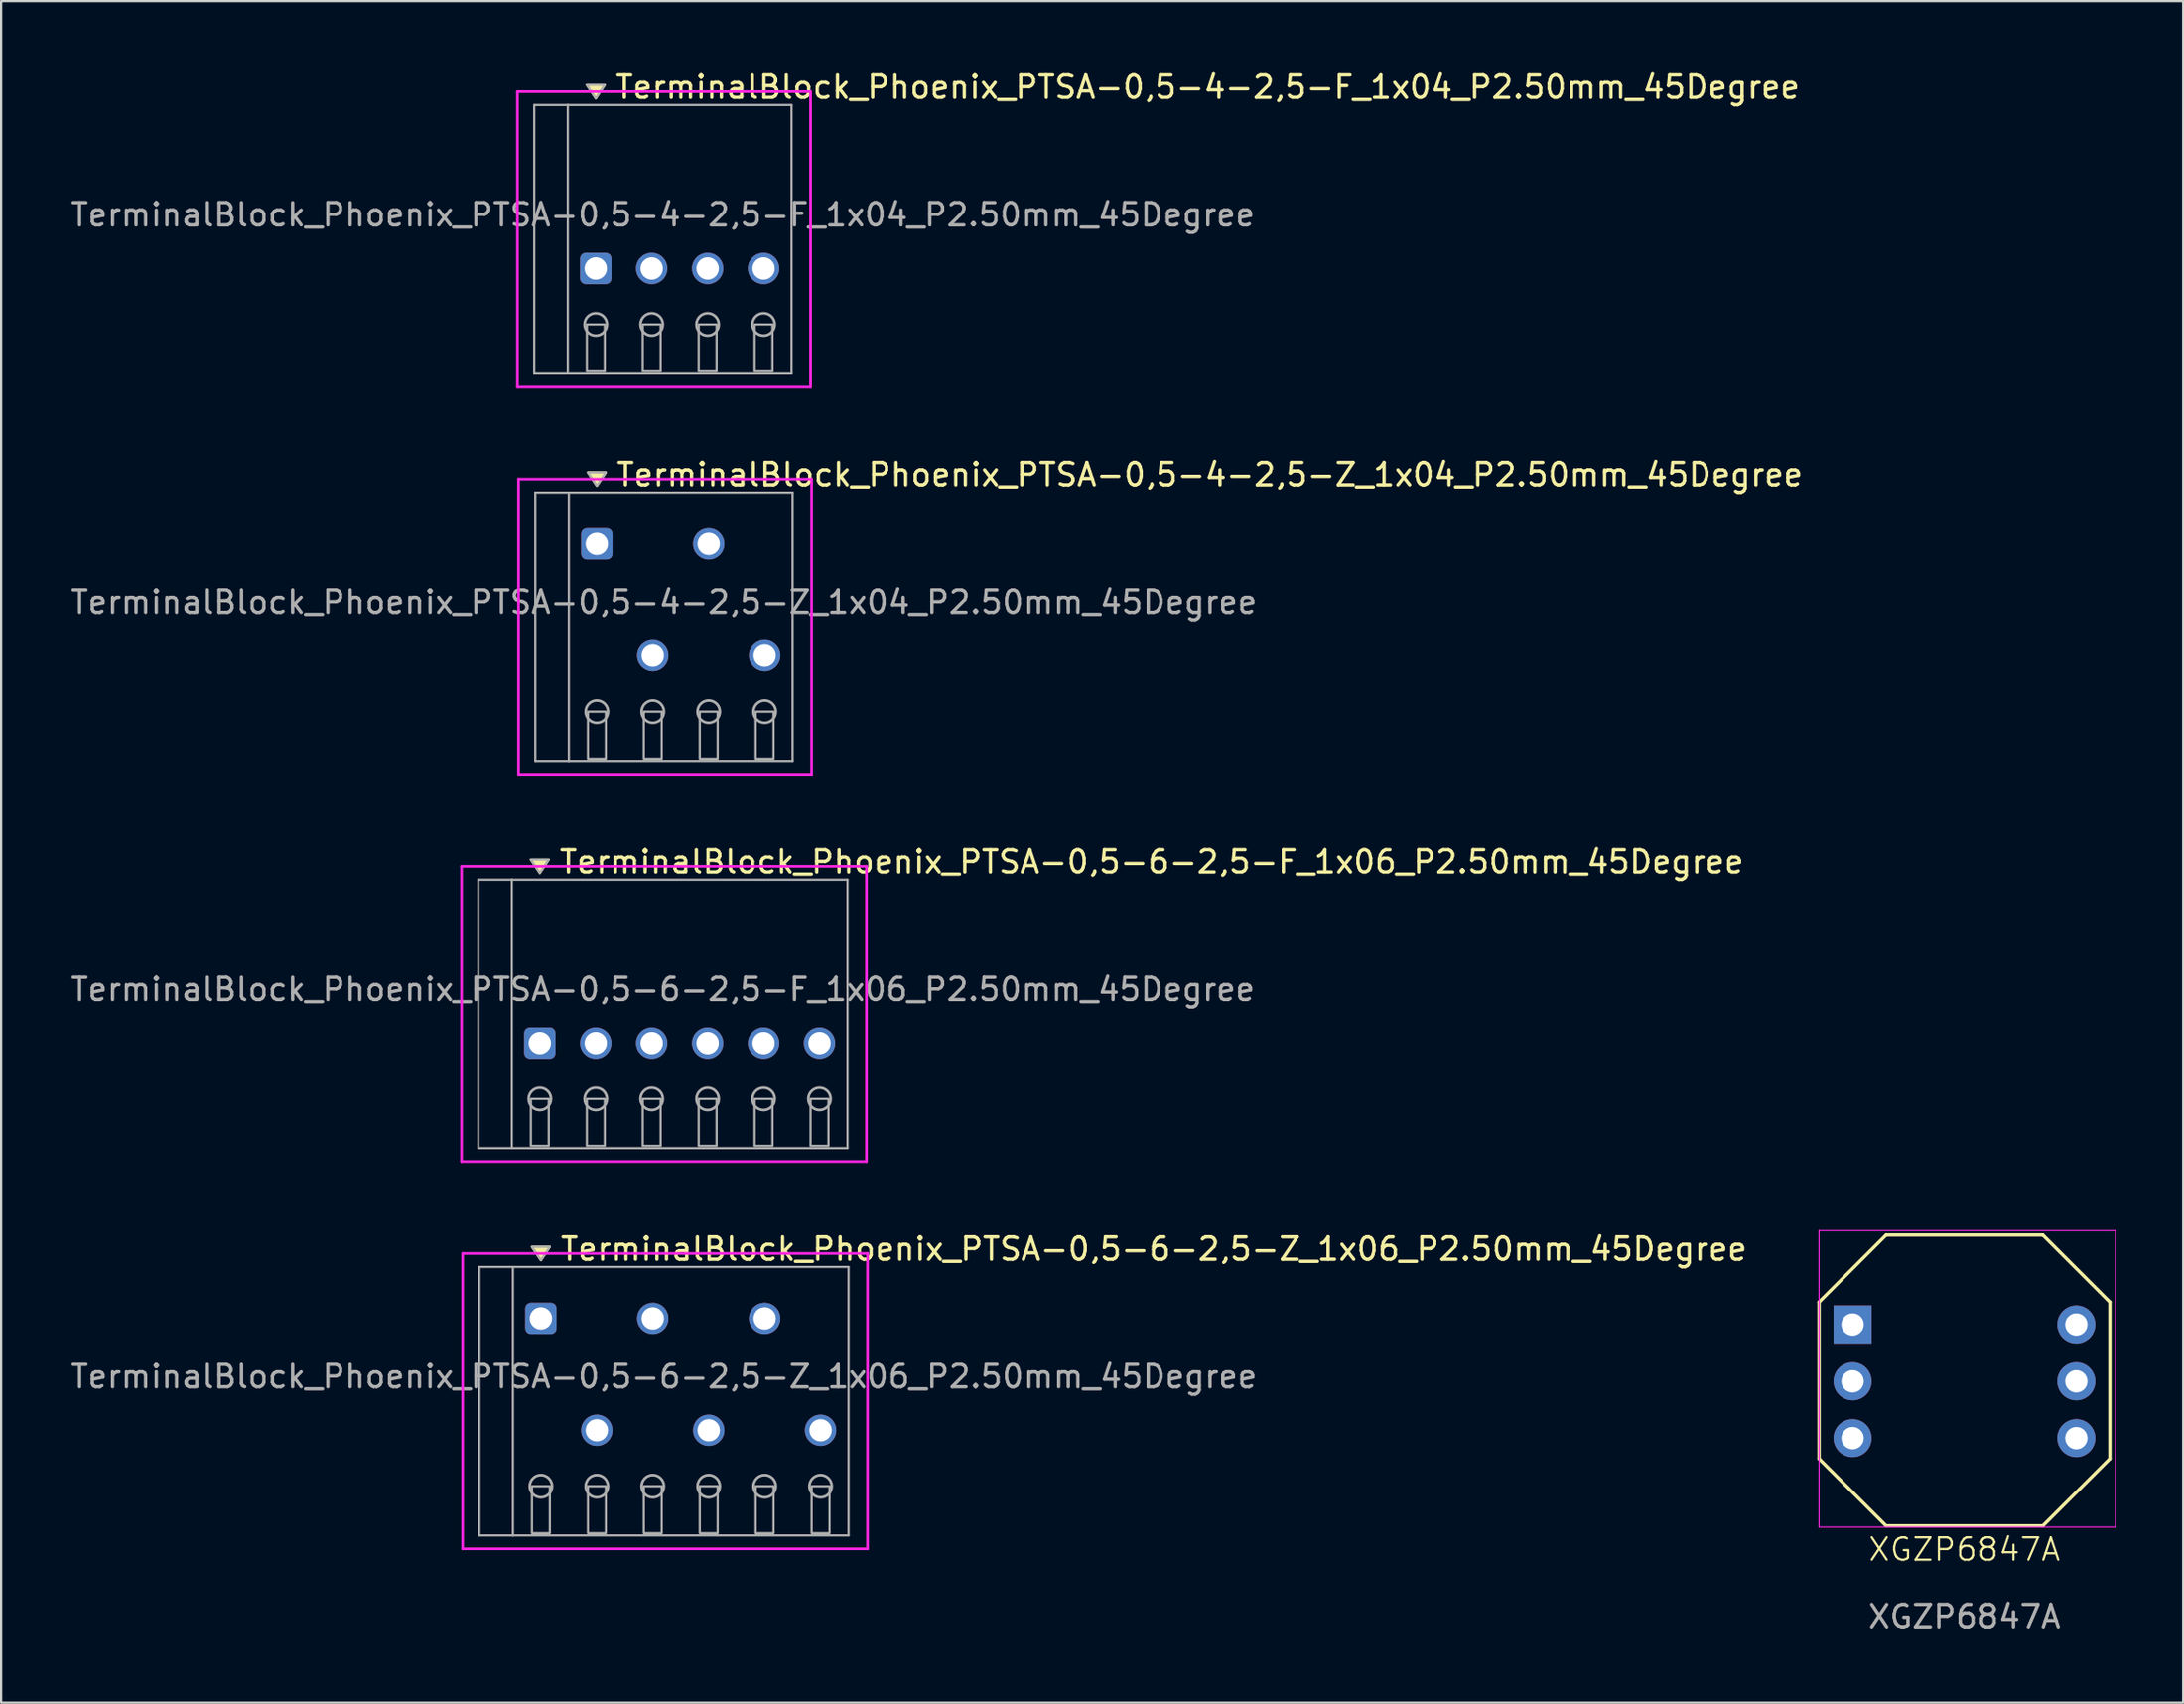
<source format=kicad_pcb>
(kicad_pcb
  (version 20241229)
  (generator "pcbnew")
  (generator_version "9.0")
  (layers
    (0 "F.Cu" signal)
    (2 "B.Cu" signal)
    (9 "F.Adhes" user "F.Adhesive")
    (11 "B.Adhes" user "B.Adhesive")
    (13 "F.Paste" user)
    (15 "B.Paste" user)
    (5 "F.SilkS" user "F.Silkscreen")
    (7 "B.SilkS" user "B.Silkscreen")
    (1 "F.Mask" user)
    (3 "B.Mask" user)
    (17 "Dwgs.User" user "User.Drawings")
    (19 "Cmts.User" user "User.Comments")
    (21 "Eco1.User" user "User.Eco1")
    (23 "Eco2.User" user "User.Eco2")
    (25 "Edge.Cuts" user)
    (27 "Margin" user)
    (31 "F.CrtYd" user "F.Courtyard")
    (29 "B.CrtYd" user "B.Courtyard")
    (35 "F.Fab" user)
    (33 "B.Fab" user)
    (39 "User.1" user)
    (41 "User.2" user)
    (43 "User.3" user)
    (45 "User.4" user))
  (footprint "TerminalBlock_Phoenix_PTSA-0,5-4-2,5-F_1x04_P2.50mm_45Degree"
    (layer "F.Cu")
    (at 23.577 8.948)
    (property "Reference" "TerminalBlock_Phoenix_PTSA-0,5-4-2,5-F_1x04_P2.50mm_45Degree" (at 0.8 -8.1 0) (layer "F.SilkS") (effects (font (size 1 1) (thickness 0.15)) (justify left)))
    (attr through_hole)
    (fp_poly (pts (xy 0 -7.6) (xy -0.4 -8.2) (xy 0.4 -8.2)) (stroke (width 0.1) (type solid)) (fill yes) (layer "F.SilkS"))
    (fp_line (start -3.5 -7.9) (end 9.6 -7.9) (stroke (width 0.12) (type solid)) (layer "F.CrtYd"))
    (fp_line (start -3.5 5.3) (end -3.5 -7.9) (stroke (width 0.12) (type solid)) (layer "F.CrtYd"))
    (fp_line (start 9.6 -7.9) (end 9.6 5.3) (stroke (width 0.12) (type solid)) (layer "F.CrtYd"))
    (fp_line (start 9.6 5.3) (end -3.5 5.3) (stroke (width 0.12) (type solid)) (layer "F.CrtYd"))
    (fp_line (start -2.75 -7.3) (end -1.25 -7.3) (stroke (width 0.1) (type solid)) (layer "F.Fab"))
    (fp_line (start -2.75 4.7) (end -2.75 -7.3) (stroke (width 0.1) (type solid)) (layer "F.Fab"))
    (fp_line (start -1.25 -7.3) (end -1.25 4.7) (stroke (width 0.1) (type solid)) (layer "F.Fab"))
    (fp_line (start -1.25 4.7) (end -2.75 4.7) (stroke (width 0.1) (type solid)) (layer "F.Fab"))
    (fp_line (start -1.25 4.7) (end 8.75 4.7) (stroke (width 0.1) (type solid)) (layer "F.Fab"))
    (fp_line (start 8.75 -7.3) (end -1.25 -7.3) (stroke (width 0.1) (type solid)) (layer "F.Fab"))
    (fp_line (start 8.75 4.7) (end 8.75 -7.3) (stroke (width 0.1) (type solid)) (layer "F.Fab"))
    (fp_circle (center 0 2.5) (end -0.5 2.5) (stroke (width 0.12) (type solid)) (fill no) (layer "F.Fab"))
    (fp_circle (center 2.5 2.5) (end 2 2.5) (stroke (width 0.12) (type solid)) (fill no) (layer "F.Fab"))
    (fp_circle (center 5 2.5) (end 4.5 2.5) (stroke (width 0.12) (type solid)) (fill no) (layer "F.Fab"))
    (fp_circle (center 7.5 2.5) (end 7 2.5) (stroke (width 0.12) (type solid)) (fill no) (layer "F.Fab"))
    (fp_poly (pts (xy 0 -7.6) (xy -0.4 -8.2) (xy 0.4 -8.2)) (stroke (width 0.1) (type solid)) (fill no) (layer "F.Fab"))
    (fp_poly (pts (xy -0.4 2.5) (xy -0.4 4.6) (xy 0.4 4.6) (xy 0.4 2.5)) (stroke (width 0.1) (type solid)) (fill no) (layer "F.Fab"))
    (fp_poly (pts (xy 2.1 2.5) (xy 2.1 4.6) (xy 2.9 4.6) (xy 2.9 2.5)) (stroke (width 0.1) (type solid)) (fill no) (layer "F.Fab"))
    (fp_poly (pts (xy 4.6 2.5) (xy 4.6 4.6) (xy 5.4 4.6) (xy 5.4 2.5)) (stroke (width 0.1) (type solid)) (fill no) (layer "F.Fab"))
    (fp_poly (pts (xy 7.1 2.5) (xy 7.1 4.6) (xy 7.9 4.6) (xy 7.9 2.5)) (stroke (width 0.1) (type solid)) (fill no) (layer "F.Fab"))
    (fp_text user "${REFERENCE}" (at 3 -2.4 0) (layer "F.Fab") (effects (font (size 1 1) (thickness 0.15))))
    (pad "1" thru_hole roundrect (at 0 0) (size 1.4 1.4) (drill 1) (layers "*.Cu" "*.Mask") (roundrect_rratio 0.179))
    (pad "2" thru_hole oval (at 2.5 0) (size 1.4 1.4) (drill 1) (layers "*.Cu" "*.Mask"))
    (pad "3" thru_hole oval (at 5 0) (size 1.4 1.4) (drill 1) (layers "*.Cu" "*.Mask"))
    (pad "4" thru_hole oval (at 7.5 0) (size 1.4 1.4) (drill 1) (layers "*.Cu" "*.Mask")))
  (footprint "TerminalBlock_Phoenix_PTSA-0,5-6-2,5-F_1x06_P2.50mm_45Degree"
    (layer "F.Cu")
    (at 21.077 43.565)
    (property "Reference" "TerminalBlock_Phoenix_PTSA-0,5-6-2,5-F_1x06_P2.50mm_45Degree" (at 0.8 -8.1 0) (layer "F.SilkS") (effects (font (size 1 1) (thickness 0.15)) (justify left)))
    (attr through_hole)
    (fp_poly (pts (xy 0 -7.6) (xy -0.4 -8.2) (xy 0.4 -8.2)) (stroke (width 0.1) (type solid)) (fill yes) (layer "F.SilkS"))
    (fp_line (start -3.5 -7.9) (end 14.6 -7.9) (stroke (width 0.12) (type solid)) (layer "F.CrtYd"))
    (fp_line (start -3.5 5.3) (end -3.5 -7.9) (stroke (width 0.12) (type solid)) (layer "F.CrtYd"))
    (fp_line (start 14.6 -7.9) (end 14.6 5.3) (stroke (width 0.12) (type solid)) (layer "F.CrtYd"))
    (fp_line (start 14.6 5.3) (end -3.5 5.3) (stroke (width 0.12) (type solid)) (layer "F.CrtYd"))
    (fp_line (start -2.75 -7.3) (end -1.25 -7.3) (stroke (width 0.1) (type solid)) (layer "F.Fab"))
    (fp_line (start -2.75 4.7) (end -2.75 -7.3) (stroke (width 0.1) (type solid)) (layer "F.Fab"))
    (fp_line (start -1.25 -7.3) (end -1.25 4.7) (stroke (width 0.1) (type solid)) (layer "F.Fab"))
    (fp_line (start -1.25 4.7) (end -2.75 4.7) (stroke (width 0.1) (type solid)) (layer "F.Fab"))
    (fp_line (start -1.25 4.7) (end 13.75 4.7) (stroke (width 0.1) (type solid)) (layer "F.Fab"))
    (fp_line (start 13.75 -7.3) (end -1.25 -7.3) (stroke (width 0.1) (type solid)) (layer "F.Fab"))
    (fp_line (start 13.75 4.7) (end 13.75 -7.3) (stroke (width 0.1) (type solid)) (layer "F.Fab"))
    (fp_circle (center 0 2.5) (end -0.5 2.5) (stroke (width 0.12) (type solid)) (fill no) (layer "F.Fab"))
    (fp_circle (center 2.5 2.5) (end 2 2.5) (stroke (width 0.12) (type solid)) (fill no) (layer "F.Fab"))
    (fp_circle (center 5 2.5) (end 4.5 2.5) (stroke (width 0.12) (type solid)) (fill no) (layer "F.Fab"))
    (fp_circle (center 7.5 2.5) (end 7 2.5) (stroke (width 0.12) (type solid)) (fill no) (layer "F.Fab"))
    (fp_circle (center 10 2.5) (end 9.5 2.5) (stroke (width 0.12) (type solid)) (fill no) (layer "F.Fab"))
    (fp_circle (center 12.5 2.5) (end 12 2.5) (stroke (width 0.12) (type solid)) (fill no) (layer "F.Fab"))
    (fp_poly (pts (xy 0 -7.6) (xy -0.4 -8.2) (xy 0.4 -8.2)) (stroke (width 0.1) (type solid)) (fill no) (layer "F.Fab"))
    (fp_poly (pts (xy -0.4 2.5) (xy -0.4 4.6) (xy 0.4 4.6) (xy 0.4 2.5)) (stroke (width 0.1) (type solid)) (fill no) (layer "F.Fab"))
    (fp_poly (pts (xy 2.1 2.5) (xy 2.1 4.6) (xy 2.9 4.6) (xy 2.9 2.5)) (stroke (width 0.1) (type solid)) (fill no) (layer "F.Fab"))
    (fp_poly (pts (xy 4.6 2.5) (xy 4.6 4.6) (xy 5.4 4.6) (xy 5.4 2.5)) (stroke (width 0.1) (type solid)) (fill no) (layer "F.Fab"))
    (fp_poly (pts (xy 7.1 2.5) (xy 7.1 4.6) (xy 7.9 4.6) (xy 7.9 2.5)) (stroke (width 0.1) (type solid)) (fill no) (layer "F.Fab"))
    (fp_poly (pts (xy 9.6 2.5) (xy 9.6 4.6) (xy 10.4 4.6) (xy 10.4 2.5)) (stroke (width 0.1) (type solid)) (fill no) (layer "F.Fab"))
    (fp_poly (pts (xy 12.1 2.5) (xy 12.1 4.6) (xy 12.9 4.6) (xy 12.9 2.5)) (stroke (width 0.1) (type solid)) (fill no) (layer "F.Fab"))
    (fp_text user "${REFERENCE}" (at 5.5 -2.4 0) (layer "F.Fab") (effects (font (size 1 1) (thickness 0.15))))
    (pad "1" thru_hole roundrect (at 0 0) (size 1.4 1.4) (drill 1) (layers "*.Cu" "*.Mask") (roundrect_rratio 0.179))
    (pad "2" thru_hole oval (at 2.5 0) (size 1.4 1.4) (drill 1) (layers "*.Cu" "*.Mask"))
    (pad "3" thru_hole oval (at 5 0) (size 1.4 1.4) (drill 1) (layers "*.Cu" "*.Mask"))
    (pad "4" thru_hole oval (at 7.5 0) (size 1.4 1.4) (drill 1) (layers "*.Cu" "*.Mask"))
    (pad "5" thru_hole oval (at 10 0) (size 1.4 1.4) (drill 1) (layers "*.Cu" "*.Mask"))
    (pad "6" thru_hole oval (at 12.5 0) (size 1.4 1.4) (drill 1) (layers "*.Cu" "*.Mask")))
  (footprint "TerminalBlock_Phoenix_PTSA-0,5-4-2,5-Z_1x04_P2.50mm_45Degree"
    (layer "F.Cu")
    (at 23.625 26.256)
    (property "Reference" "TerminalBlock_Phoenix_PTSA-0,5-4-2,5-Z_1x04_P2.50mm_45Degree" (at 0.8 -8.1 0) (layer "F.SilkS") (effects (font (size 1 1) (thickness 0.15)) (justify left)))
    (attr through_hole)
    (fp_poly (pts (xy 0 -7.6) (xy -0.4 -8.2) (xy 0.4 -8.2)) (stroke (width 0.1) (type solid)) (fill yes) (layer "F.SilkS"))
    (fp_line (start -3.5 -7.9) (end 9.6 -7.9) (stroke (width 0.12) (type solid)) (layer "F.CrtYd"))
    (fp_line (start -3.5 5.3) (end -3.5 -7.9) (stroke (width 0.12) (type solid)) (layer "F.CrtYd"))
    (fp_line (start 9.6 -7.9) (end 9.6 5.3) (stroke (width 0.12) (type solid)) (layer "F.CrtYd"))
    (fp_line (start 9.6 5.3) (end -3.5 5.3) (stroke (width 0.12) (type solid)) (layer "F.CrtYd"))
    (fp_line (start -2.75 -7.3) (end -1.25 -7.3) (stroke (width 0.1) (type solid)) (layer "F.Fab"))
    (fp_line (start -2.75 4.7) (end -2.75 -7.3) (stroke (width 0.1) (type solid)) (layer "F.Fab"))
    (fp_line (start -1.25 -7.3) (end -1.25 4.7) (stroke (width 0.1) (type solid)) (layer "F.Fab"))
    (fp_line (start -1.25 4.7) (end -2.75 4.7) (stroke (width 0.1) (type solid)) (layer "F.Fab"))
    (fp_line (start -1.25 4.7) (end 8.75 4.7) (stroke (width 0.1) (type solid)) (layer "F.Fab"))
    (fp_line (start 8.75 -7.3) (end -1.25 -7.3) (stroke (width 0.1) (type solid)) (layer "F.Fab"))
    (fp_line (start 8.75 4.7) (end 8.75 -7.3) (stroke (width 0.1) (type solid)) (layer "F.Fab"))
    (fp_circle (center 0 2.5) (end -0.5 2.5) (stroke (width 0.12) (type solid)) (fill no) (layer "F.Fab"))
    (fp_circle (center 2.5 2.5) (end 2 2.5) (stroke (width 0.12) (type solid)) (fill no) (layer "F.Fab"))
    (fp_circle (center 5 2.5) (end 4.5 2.5) (stroke (width 0.12) (type solid)) (fill no) (layer "F.Fab"))
    (fp_circle (center 7.5 2.5) (end 7 2.5) (stroke (width 0.12) (type solid)) (fill no) (layer "F.Fab"))
    (fp_poly (pts (xy 0 -7.6) (xy -0.4 -8.2) (xy 0.4 -8.2)) (stroke (width 0.1) (type solid)) (fill no) (layer "F.Fab"))
    (fp_poly (pts (xy -0.4 2.5) (xy -0.4 4.6) (xy 0.4 4.6) (xy 0.4 2.5)) (stroke (width 0.1) (type solid)) (fill no) (layer "F.Fab"))
    (fp_poly (pts (xy 2.1 2.5) (xy 2.1 4.6) (xy 2.9 4.6) (xy 2.9 2.5)) (stroke (width 0.1) (type solid)) (fill no) (layer "F.Fab"))
    (fp_poly (pts (xy 4.6 2.5) (xy 4.6 4.6) (xy 5.4 4.6) (xy 5.4 2.5)) (stroke (width 0.1) (type solid)) (fill no) (layer "F.Fab"))
    (fp_poly (pts (xy 7.1 2.5) (xy 7.1 4.6) (xy 7.9 4.6) (xy 7.9 2.5)) (stroke (width 0.1) (type solid)) (fill no) (layer "F.Fab"))
    (fp_text user "${REFERENCE}" (at 3 -2.4 0) (layer "F.Fab") (effects (font (size 1 1) (thickness 0.15))))
    (pad "1" thru_hole roundrect (at 0 -5) (size 1.4 1.4) (drill 1) (layers "*.Cu" "*.Mask") (roundrect_rratio 0.179))
    (pad "2" thru_hole oval (at 2.5 0) (size 1.4 1.4) (drill 1) (layers "*.Cu" "*.Mask"))
    (pad "3" thru_hole oval (at 5 -5) (size 1.4 1.4) (drill 1) (layers "*.Cu" "*.Mask"))
    (pad "4" thru_hole oval (at 7.5 0) (size 1.4 1.4) (drill 1) (layers "*.Cu" "*.Mask")))
  (footprint "TerminalBlock_Phoenix_PTSA-0,5-6-2,5-Z_1x06_P2.50mm_45Degree"
    (layer "F.Cu")
    (at 21.125 60.873)
    (property "Reference" "TerminalBlock_Phoenix_PTSA-0,5-6-2,5-Z_1x06_P2.50mm_45Degree" (at 0.8 -8.1 0) (layer "F.SilkS") (effects (font (size 1 1) (thickness 0.15)) (justify left)))
    (attr through_hole)
    (fp_poly (pts (xy 0 -7.6) (xy -0.4 -8.2) (xy 0.4 -8.2)) (stroke (width 0.1) (type solid)) (fill yes) (layer "F.SilkS"))
    (fp_line (start -3.5 -7.9) (end 14.6 -7.9) (stroke (width 0.12) (type solid)) (layer "F.CrtYd"))
    (fp_line (start -3.5 5.3) (end -3.5 -7.9) (stroke (width 0.12) (type solid)) (layer "F.CrtYd"))
    (fp_line (start 14.6 -7.9) (end 14.6 5.3) (stroke (width 0.12) (type solid)) (layer "F.CrtYd"))
    (fp_line (start 14.6 5.3) (end -3.5 5.3) (stroke (width 0.12) (type solid)) (layer "F.CrtYd"))
    (fp_line (start -2.75 -7.3) (end -1.25 -7.3) (stroke (width 0.1) (type solid)) (layer "F.Fab"))
    (fp_line (start -2.75 4.7) (end -2.75 -7.3) (stroke (width 0.1) (type solid)) (layer "F.Fab"))
    (fp_line (start -1.25 -7.3) (end -1.25 4.7) (stroke (width 0.1) (type solid)) (layer "F.Fab"))
    (fp_line (start -1.25 4.7) (end -2.75 4.7) (stroke (width 0.1) (type solid)) (layer "F.Fab"))
    (fp_line (start -1.25 4.7) (end 13.75 4.7) (stroke (width 0.1) (type solid)) (layer "F.Fab"))
    (fp_line (start 13.75 -7.3) (end -1.25 -7.3) (stroke (width 0.1) (type solid)) (layer "F.Fab"))
    (fp_line (start 13.75 4.7) (end 13.75 -7.3) (stroke (width 0.1) (type solid)) (layer "F.Fab"))
    (fp_circle (center 0 2.5) (end -0.5 2.5) (stroke (width 0.12) (type solid)) (fill no) (layer "F.Fab"))
    (fp_circle (center 2.5 2.5) (end 2 2.5) (stroke (width 0.12) (type solid)) (fill no) (layer "F.Fab"))
    (fp_circle (center 5 2.5) (end 4.5 2.5) (stroke (width 0.12) (type solid)) (fill no) (layer "F.Fab"))
    (fp_circle (center 7.5 2.5) (end 7 2.5) (stroke (width 0.12) (type solid)) (fill no) (layer "F.Fab"))
    (fp_circle (center 10 2.5) (end 9.5 2.5) (stroke (width 0.12) (type solid)) (fill no) (layer "F.Fab"))
    (fp_circle (center 12.5 2.5) (end 12 2.5) (stroke (width 0.12) (type solid)) (fill no) (layer "F.Fab"))
    (fp_poly (pts (xy 0 -7.6) (xy -0.4 -8.2) (xy 0.4 -8.2)) (stroke (width 0.1) (type solid)) (fill no) (layer "F.Fab"))
    (fp_poly (pts (xy -0.4 2.5) (xy -0.4 4.6) (xy 0.4 4.6) (xy 0.4 2.5)) (stroke (width 0.1) (type solid)) (fill no) (layer "F.Fab"))
    (fp_poly (pts (xy 2.1 2.5) (xy 2.1 4.6) (xy 2.9 4.6) (xy 2.9 2.5)) (stroke (width 0.1) (type solid)) (fill no) (layer "F.Fab"))
    (fp_poly (pts (xy 4.6 2.5) (xy 4.6 4.6) (xy 5.4 4.6) (xy 5.4 2.5)) (stroke (width 0.1) (type solid)) (fill no) (layer "F.Fab"))
    (fp_poly (pts (xy 7.1 2.5) (xy 7.1 4.6) (xy 7.9 4.6) (xy 7.9 2.5)) (stroke (width 0.1) (type solid)) (fill no) (layer "F.Fab"))
    (fp_poly (pts (xy 9.6 2.5) (xy 9.6 4.6) (xy 10.4 4.6) (xy 10.4 2.5)) (stroke (width 0.1) (type solid)) (fill no) (layer "F.Fab"))
    (fp_poly (pts (xy 12.1 2.5) (xy 12.1 4.6) (xy 12.9 4.6) (xy 12.9 2.5)) (stroke (width 0.1) (type solid)) (fill no) (layer "F.Fab"))
    (fp_text user "${REFERENCE}" (at 5.5 -2.4 0) (layer "F.Fab") (effects (font (size 1 1) (thickness 0.15))))
    (pad "1" thru_hole roundrect (at 0 -5) (size 1.4 1.4) (drill 1) (layers "*.Cu" "*.Mask") (roundrect_rratio 0.179))
    (pad "2" thru_hole oval (at 2.5 0) (size 1.4 1.4) (drill 1) (layers "*.Cu" "*.Mask"))
    (pad "3" thru_hole oval (at 5 -5) (size 1.4 1.4) (drill 1) (layers "*.Cu" "*.Mask"))
    (pad "4" thru_hole oval (at 7.5 0) (size 1.4 1.4) (drill 1) (layers "*.Cu" "*.Mask"))
    (pad "5" thru_hole oval (at 10 -5) (size 1.4 1.4) (drill 1) (layers "*.Cu" "*.Mask"))
    (pad "6" thru_hole oval (at 12.5 0) (size 1.4 1.4) (drill 1) (layers "*.Cu" "*.Mask")))
  (footprint "XGZP6847A"
    (layer "F.Cu")
    (at 84.75 66.7)
    (property "Reference" "XGZP6847A" (at 0 -0.5 0) (unlocked yes) (layer "F.SilkS") (effects (font (size 1 1) (thickness 0.1))))
    (attr smd)
    (fp_line (start -6.5 -4.555) (end -6.5 -11.555) (stroke (width 0.15) (type default)) (layer "F.SilkS"))
    (fp_line (start -6.5 -4.555) (end -3.5 -1.555) (stroke (width 0.15) (type default)) (layer "F.SilkS"))
    (fp_line (start -3.5 -14.555) (end -6.5 -11.555) (stroke (width 0.15) (type default)) (layer "F.SilkS"))
    (fp_line (start -3.5 -14.555) (end 3.5 -14.555) (stroke (width 0.15) (type default)) (layer "F.SilkS"))
    (fp_line (start 3.5 -1.555) (end -3.5 -1.555) (stroke (width 0.15) (type default)) (layer "F.SilkS"))
    (fp_line (start 3.5 -1.555) (end 6.5 -4.555) (stroke (width 0.15) (type default)) (layer "F.SilkS"))
    (fp_line (start 6.5 -11.555) (end 3.5 -14.555) (stroke (width 0.15) (type default)) (layer "F.SilkS"))
    (fp_line (start 6.5 -11.555) (end 6.5 -4.555) (stroke (width 0.15) (type default)) (layer "F.SilkS"))
    (fp_line (start -6.5 -14.75) (end -6.5 -1.5) (stroke (width 0.05) (type solid)) (layer "F.CrtYd"))
    (fp_line (start -6.5 -1.5) (end 6.75 -1.5) (stroke (width 0.05) (type solid)) (layer "F.CrtYd"))
    (fp_line (start 6.75 -14.75) (end -6.5 -14.75) (stroke (width 0.05) (type solid)) (layer "F.CrtYd"))
    (fp_line (start 6.75 -1.5) (end 6.75 -14.75) (stroke (width 0.05) (type solid)) (layer "F.CrtYd"))
    (fp_text user "${REFERENCE}" (at 0 2.5 0) (unlocked yes) (layer "F.Fab") (effects (font (size 1 1) (thickness 0.15))))
    (pad "1" thru_hole rect (at -5 -10.555) (size 1.7 1.7) (drill 1) (layers "*.Cu" "*.Mask"))
    (pad "2" thru_hole oval (at -5 -8.015) (size 1.7 1.7) (drill 1) (layers "*.Cu" "*.Mask"))
    (pad "3" thru_hole oval (at -5 -5.475) (size 1.7 1.7) (drill 1) (layers "*.Cu" "*.Mask"))
    (pad "4" thru_hole circle (at 5 -5.475 180) (size 1.7 1.7) (drill 1) (layers "*.Cu" "*.Mask"))
    (pad "5" thru_hole oval (at 5 -8.015 180) (size 1.7 1.7) (drill 1) (layers "*.Cu" "*.Mask"))
    (pad "6" thru_hole oval (at 5 -10.555 180) (size 1.7 1.7) (drill 1) (layers "*.Cu" "*.Mask")))
  (gr_rect
    (start -3 -3)
    (end 94.525 73.048)
    (stroke (width 0.1) (type default))
    (fill no)
    (layer "Edge.Cuts")))
</source>
